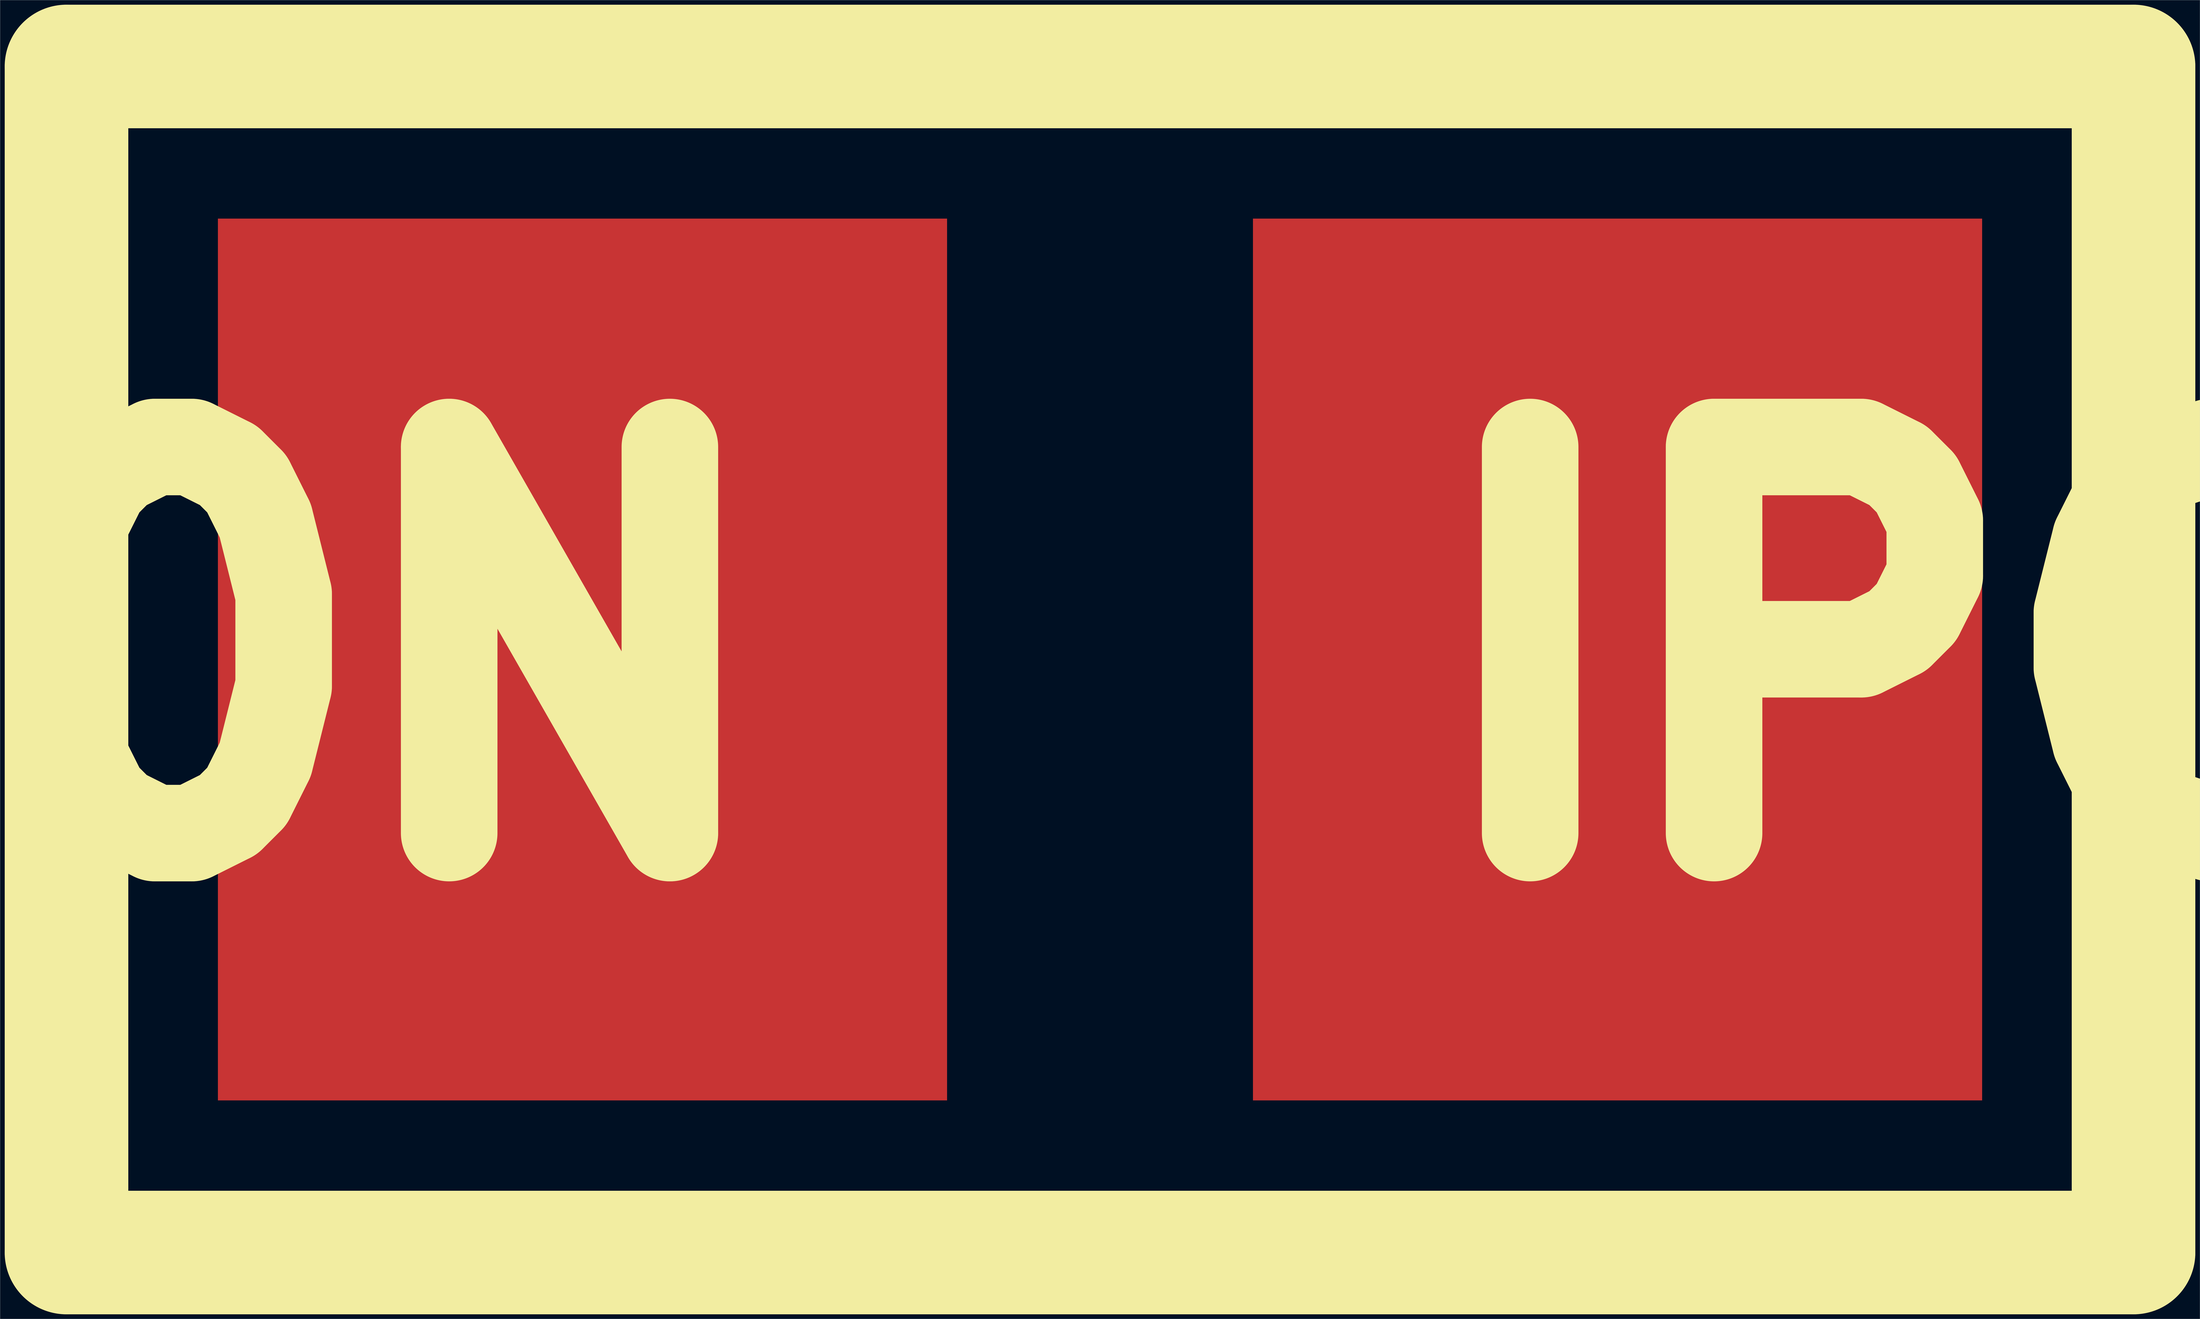
<source format=kicad_pcb>
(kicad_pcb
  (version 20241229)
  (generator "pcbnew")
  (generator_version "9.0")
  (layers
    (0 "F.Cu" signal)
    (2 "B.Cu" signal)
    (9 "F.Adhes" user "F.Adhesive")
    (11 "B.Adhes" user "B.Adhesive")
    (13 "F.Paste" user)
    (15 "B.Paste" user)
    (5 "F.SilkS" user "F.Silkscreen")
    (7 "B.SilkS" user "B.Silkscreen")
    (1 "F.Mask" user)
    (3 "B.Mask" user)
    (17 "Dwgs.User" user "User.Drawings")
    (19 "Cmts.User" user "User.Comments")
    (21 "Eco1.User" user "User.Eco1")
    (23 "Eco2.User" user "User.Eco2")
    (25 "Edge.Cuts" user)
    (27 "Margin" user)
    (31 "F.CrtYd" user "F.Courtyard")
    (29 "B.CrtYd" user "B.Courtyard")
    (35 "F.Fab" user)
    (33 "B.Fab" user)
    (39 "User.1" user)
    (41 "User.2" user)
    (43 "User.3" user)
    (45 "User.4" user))
  (footprint "IPC_INDC2012X130N"
    (layer "F.Cu")
    (at 709 424)
    (property "Reference" "IPC_INDC2012X130N" (at 0 0 0) (layer "F.SilkS") (effects (font (size 250 250) (thickness 120))))
    (attr through_hole)
    (fp_line (start -669 -384) (end 669 -384) (stroke (width 80) (type solid)) (layer "F.SilkS"))
    (fp_line (start -669 384) (end -669 -384) (stroke (width 80) (type solid)) (layer "F.SilkS"))
    (fp_line (start 669 -384) (end 669 384) (stroke (width 80) (type solid)) (layer "F.SilkS"))
    (fp_line (start 669 384) (end -669 384) (stroke (width 80) (type solid)) (layer "F.SilkS"))
    (pad "1" smd rect (at -335 0) (size 472 571) (layers "F.Cu" "F.Mask" "F.Paste"))
    (pad "2" smd rect (at 335 0) (size 472 571) (layers "F.Cu" "F.Mask" "F.Paste")))
  (gr_rect
    (start -3 -3)
    (end 1421 851)
    (stroke (width 0.1) (type default))
    (fill no)
    (layer "Edge.Cuts")))
</source>
